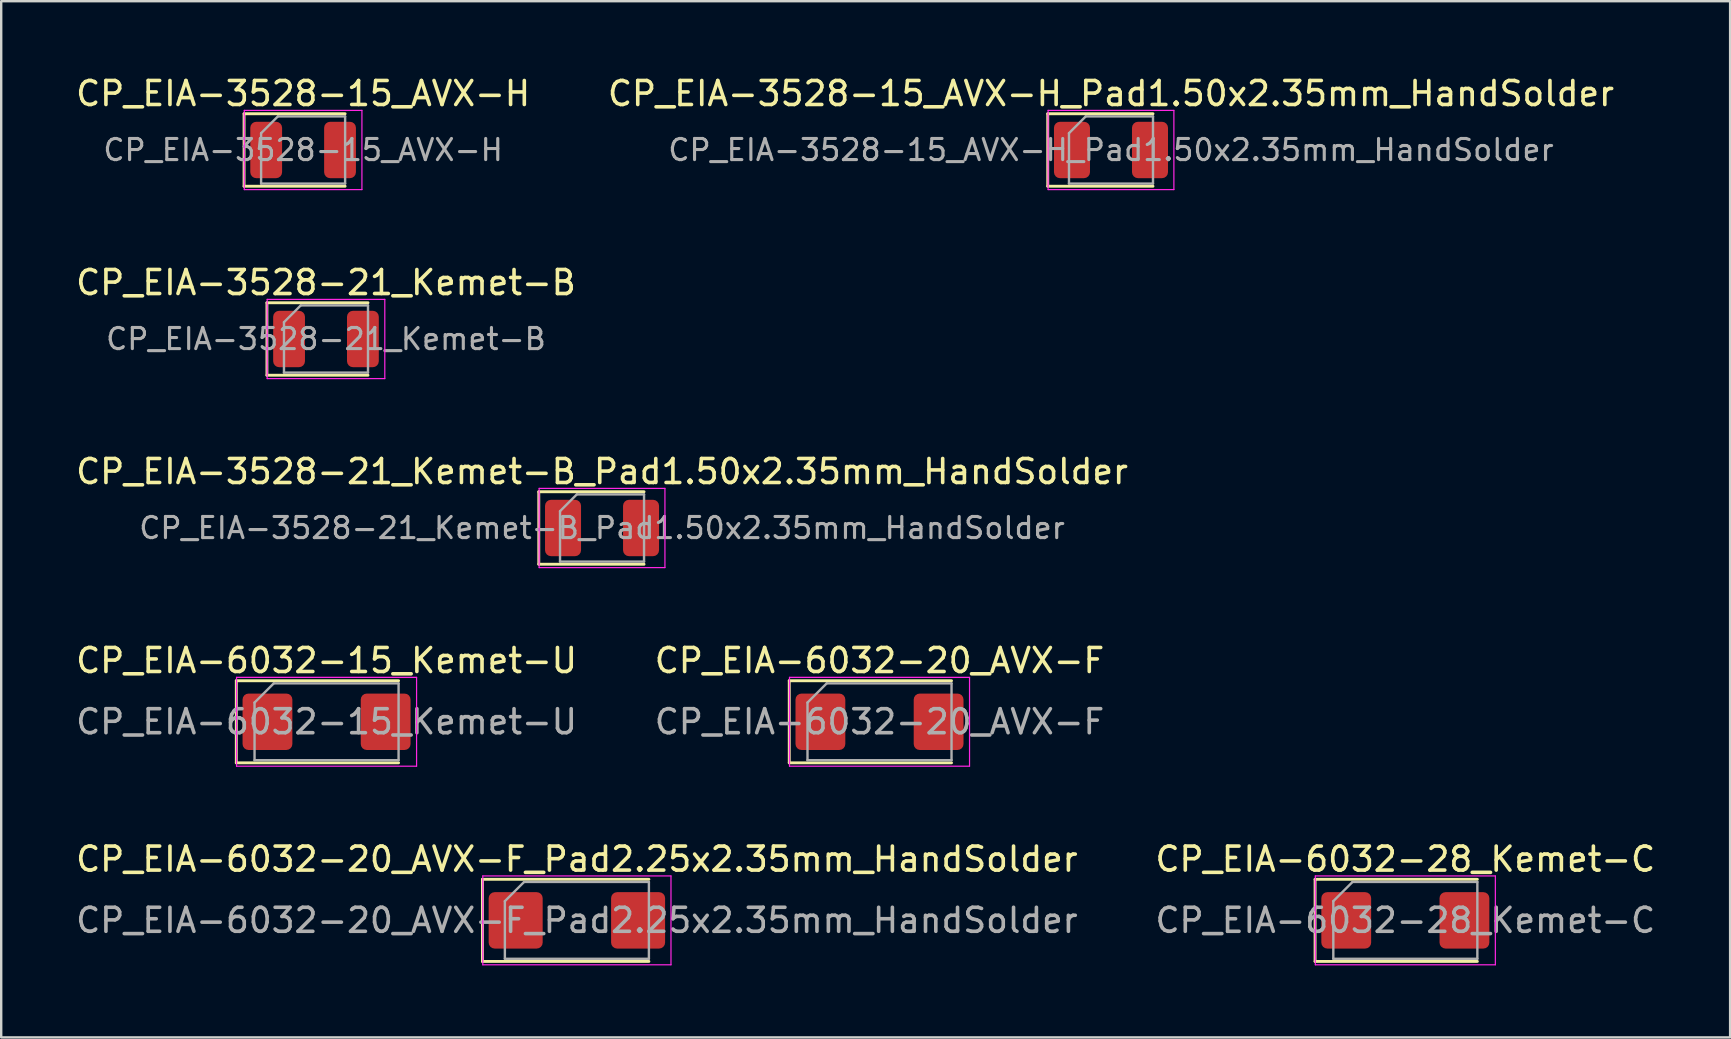
<source format=kicad_pcb>
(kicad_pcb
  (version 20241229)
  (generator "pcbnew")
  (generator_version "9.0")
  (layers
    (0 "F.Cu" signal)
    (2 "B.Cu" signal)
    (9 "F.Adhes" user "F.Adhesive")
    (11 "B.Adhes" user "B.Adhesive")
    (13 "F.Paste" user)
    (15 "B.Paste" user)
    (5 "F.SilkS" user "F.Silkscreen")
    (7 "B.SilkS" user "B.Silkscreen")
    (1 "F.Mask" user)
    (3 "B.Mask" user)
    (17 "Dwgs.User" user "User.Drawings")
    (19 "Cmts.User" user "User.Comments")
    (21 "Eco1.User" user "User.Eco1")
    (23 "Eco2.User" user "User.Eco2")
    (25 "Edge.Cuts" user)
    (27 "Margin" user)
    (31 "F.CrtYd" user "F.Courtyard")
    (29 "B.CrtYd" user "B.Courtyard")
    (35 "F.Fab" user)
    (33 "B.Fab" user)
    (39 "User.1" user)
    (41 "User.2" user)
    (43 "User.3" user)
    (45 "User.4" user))
  (footprint "CP_EIA-3528-15_AVX-H_Pad1.50x2.35mm_HandSolder"
    (layer "F.Cu")
    (at 43.232 3.198)
    (property "Reference" "CP_EIA-3528-15_AVX-H_Pad1.50x2.35mm_HandSolder" (at 0 -2.35 0) (layer "F.SilkS") (effects (font (size 1 1) (thickness 0.15))))
    (attr smd)
    (fp_line (start -2.635 -1.51) (end -2.635 1.51) (stroke (width 0.12) (type solid)) (layer "F.SilkS"))
    (fp_line (start -2.635 1.51) (end 1.75 1.51) (stroke (width 0.12) (type solid)) (layer "F.SilkS"))
    (fp_line (start 1.75 -1.51) (end -2.635 -1.51) (stroke (width 0.12) (type solid)) (layer "F.SilkS"))
    (fp_line (start -2.62 -1.65) (end 2.62 -1.65) (stroke (width 0.05) (type solid)) (layer "F.CrtYd"))
    (fp_line (start -2.62 1.65) (end -2.62 -1.65) (stroke (width 0.05) (type solid)) (layer "F.CrtYd"))
    (fp_line (start 2.62 -1.65) (end 2.62 1.65) (stroke (width 0.05) (type solid)) (layer "F.CrtYd"))
    (fp_line (start 2.62 1.65) (end -2.62 1.65) (stroke (width 0.05) (type solid)) (layer "F.CrtYd"))
    (fp_line (start -1.75 -0.7) (end -1.75 1.4) (stroke (width 0.1) (type solid)) (layer "F.Fab"))
    (fp_line (start -1.75 1.4) (end 1.75 1.4) (stroke (width 0.1) (type solid)) (layer "F.Fab"))
    (fp_line (start -1.05 -1.4) (end -1.75 -0.7) (stroke (width 0.1) (type solid)) (layer "F.Fab"))
    (fp_line (start 1.75 -1.4) (end -1.05 -1.4) (stroke (width 0.1) (type solid)) (layer "F.Fab"))
    (fp_line (start 1.75 1.4) (end 1.75 -1.4) (stroke (width 0.1) (type solid)) (layer "F.Fab"))
    (fp_text user "${REFERENCE}" (at 0 0 0) (layer "F.Fab") (effects (font (size 0.88 0.88) (thickness 0.13))))
    (pad "1" smd roundrect (at -1.625 0) (size 1.5 2.35) (layers "F.Cu" "F.Mask" "F.Paste") (roundrect_rratio 0.167))
    (pad "2" smd roundrect (at 1.625 0) (size 1.5 2.35) (layers "F.Cu" "F.Mask" "F.Paste") (roundrect_rratio 0.167)))
  (footprint "CP_EIA-6032-20_AVX-F_Pad2.25x2.35mm_HandSolder"
    (layer "F.Cu")
    (at 20.982 35.291)
    (property "Reference" "CP_EIA-6032-20_AVX-F_Pad2.25x2.35mm_HandSolder" (at 0 -2.55 0) (layer "F.SilkS") (effects (font (size 1 1) (thickness 0.15))))
    (attr smd)
    (fp_line (start -3.935 -1.71) (end -3.935 1.71) (stroke (width 0.12) (type solid)) (layer "F.SilkS"))
    (fp_line (start -3.935 1.71) (end 3 1.71) (stroke (width 0.12) (type solid)) (layer "F.SilkS"))
    (fp_line (start 3 -1.71) (end -3.935 -1.71) (stroke (width 0.12) (type solid)) (layer "F.SilkS"))
    (fp_line (start -3.92 -1.85) (end 3.92 -1.85) (stroke (width 0.05) (type solid)) (layer "F.CrtYd"))
    (fp_line (start -3.92 1.85) (end -3.92 -1.85) (stroke (width 0.05) (type solid)) (layer "F.CrtYd"))
    (fp_line (start 3.92 -1.85) (end 3.92 1.85) (stroke (width 0.05) (type solid)) (layer "F.CrtYd"))
    (fp_line (start 3.92 1.85) (end -3.92 1.85) (stroke (width 0.05) (type solid)) (layer "F.CrtYd"))
    (fp_line (start -3 -0.8) (end -3 1.6) (stroke (width 0.1) (type solid)) (layer "F.Fab"))
    (fp_line (start -3 1.6) (end 3 1.6) (stroke (width 0.1) (type solid)) (layer "F.Fab"))
    (fp_line (start -2.2 -1.6) (end -3 -0.8) (stroke (width 0.1) (type solid)) (layer "F.Fab"))
    (fp_line (start 3 -1.6) (end -2.2 -1.6) (stroke (width 0.1) (type solid)) (layer "F.Fab"))
    (fp_line (start 3 1.6) (end 3 -1.6) (stroke (width 0.1) (type solid)) (layer "F.Fab"))
    (fp_text user "${REFERENCE}" (at 0 0 0) (layer "F.Fab") (effects (font (size 1 1) (thickness 0.15))))
    (pad "1" smd roundrect (at -2.55 0) (size 2.25 2.35) (layers "F.Cu" "F.Mask" "F.Paste") (roundrect_rratio 0.111))
    (pad "2" smd roundrect (at 2.55 0) (size 2.25 2.35) (layers "F.Cu" "F.Mask" "F.Paste") (roundrect_rratio 0.111)))
  (footprint "CP_EIA-3528-21_Kemet-B_Pad1.50x2.35mm_HandSolder"
    (layer "F.Cu")
    (at 22.03 18.945)
    (property "Reference" "CP_EIA-3528-21_Kemet-B_Pad1.50x2.35mm_HandSolder" (at 0 -2.35 0) (layer "F.SilkS") (effects (font (size 1 1) (thickness 0.15))))
    (attr smd)
    (fp_line (start -2.635 -1.51) (end -2.635 1.51) (stroke (width 0.12) (type solid)) (layer "F.SilkS"))
    (fp_line (start -2.635 1.51) (end 1.75 1.51) (stroke (width 0.12) (type solid)) (layer "F.SilkS"))
    (fp_line (start 1.75 -1.51) (end -2.635 -1.51) (stroke (width 0.12) (type solid)) (layer "F.SilkS"))
    (fp_line (start -2.62 -1.65) (end 2.62 -1.65) (stroke (width 0.05) (type solid)) (layer "F.CrtYd"))
    (fp_line (start -2.62 1.65) (end -2.62 -1.65) (stroke (width 0.05) (type solid)) (layer "F.CrtYd"))
    (fp_line (start 2.62 -1.65) (end 2.62 1.65) (stroke (width 0.05) (type solid)) (layer "F.CrtYd"))
    (fp_line (start 2.62 1.65) (end -2.62 1.65) (stroke (width 0.05) (type solid)) (layer "F.CrtYd"))
    (fp_line (start -1.75 -0.7) (end -1.75 1.4) (stroke (width 0.1) (type solid)) (layer "F.Fab"))
    (fp_line (start -1.75 1.4) (end 1.75 1.4) (stroke (width 0.1) (type solid)) (layer "F.Fab"))
    (fp_line (start -1.05 -1.4) (end -1.75 -0.7) (stroke (width 0.1) (type solid)) (layer "F.Fab"))
    (fp_line (start 1.75 -1.4) (end -1.05 -1.4) (stroke (width 0.1) (type solid)) (layer "F.Fab"))
    (fp_line (start 1.75 1.4) (end 1.75 -1.4) (stroke (width 0.1) (type solid)) (layer "F.Fab"))
    (fp_text user "${REFERENCE}" (at 0 0 0) (layer "F.Fab") (effects (font (size 0.88 0.88) (thickness 0.13))))
    (pad "1" smd roundrect (at -1.625 0) (size 1.5 2.35) (layers "F.Cu" "F.Mask" "F.Paste") (roundrect_rratio 0.167))
    (pad "2" smd roundrect (at 1.625 0) (size 1.5 2.35) (layers "F.Cu" "F.Mask" "F.Paste") (roundrect_rratio 0.167)))
  (footprint "CP_EIA-6032-15_Kemet-U"
    (layer "F.Cu")
    (at 10.554 27.018)
    (property "Reference" "CP_EIA-6032-15_Kemet-U" (at 0 -2.55 0) (layer "F.SilkS") (effects (font (size 1 1) (thickness 0.15))))
    (attr smd)
    (fp_line (start -3.76 -1.71) (end -3.76 1.71) (stroke (width 0.12) (type solid)) (layer "F.SilkS"))
    (fp_line (start -3.76 1.71) (end 3 1.71) (stroke (width 0.12) (type solid)) (layer "F.SilkS"))
    (fp_line (start 3 -1.71) (end -3.76 -1.71) (stroke (width 0.12) (type solid)) (layer "F.SilkS"))
    (fp_line (start -3.75 -1.85) (end 3.75 -1.85) (stroke (width 0.05) (type solid)) (layer "F.CrtYd"))
    (fp_line (start -3.75 1.85) (end -3.75 -1.85) (stroke (width 0.05) (type solid)) (layer "F.CrtYd"))
    (fp_line (start 3.75 -1.85) (end 3.75 1.85) (stroke (width 0.05) (type solid)) (layer "F.CrtYd"))
    (fp_line (start 3.75 1.85) (end -3.75 1.85) (stroke (width 0.05) (type solid)) (layer "F.CrtYd"))
    (fp_line (start -3 -0.8) (end -3 1.6) (stroke (width 0.1) (type solid)) (layer "F.Fab"))
    (fp_line (start -3 1.6) (end 3 1.6) (stroke (width 0.1) (type solid)) (layer "F.Fab"))
    (fp_line (start -2.2 -1.6) (end -3 -0.8) (stroke (width 0.1) (type solid)) (layer "F.Fab"))
    (fp_line (start 3 -1.6) (end -2.2 -1.6) (stroke (width 0.1) (type solid)) (layer "F.Fab"))
    (fp_line (start 3 1.6) (end 3 -1.6) (stroke (width 0.1) (type solid)) (layer "F.Fab"))
    (fp_text user "${REFERENCE}" (at 0 0 0) (layer "F.Fab") (effects (font (size 1 1) (thickness 0.15))))
    (pad "1" smd roundrect (at -2.462 0) (size 2.075 2.35) (layers "F.Cu" "F.Mask" "F.Paste") (roundrect_rratio 0.12))
    (pad "2" smd roundrect (at 2.462 0) (size 2.075 2.35) (layers "F.Cu" "F.Mask" "F.Paste") (roundrect_rratio 0.12)))
  (footprint "CP_EIA-3528-21_Kemet-B"
    (layer "F.Cu")
    (at 10.53 11.072)
    (property "Reference" "CP_EIA-3528-21_Kemet-B" (at 0 -2.35 0) (layer "F.SilkS") (effects (font (size 1 1) (thickness 0.15))))
    (attr smd)
    (fp_line (start -2.46 -1.51) (end -2.46 1.51) (stroke (width 0.12) (type solid)) (layer "F.SilkS"))
    (fp_line (start -2.46 1.51) (end 1.75 1.51) (stroke (width 0.12) (type solid)) (layer "F.SilkS"))
    (fp_line (start 1.75 -1.51) (end -2.46 -1.51) (stroke (width 0.12) (type solid)) (layer "F.SilkS"))
    (fp_line (start -2.45 -1.65) (end 2.45 -1.65) (stroke (width 0.05) (type solid)) (layer "F.CrtYd"))
    (fp_line (start -2.45 1.65) (end -2.45 -1.65) (stroke (width 0.05) (type solid)) (layer "F.CrtYd"))
    (fp_line (start 2.45 -1.65) (end 2.45 1.65) (stroke (width 0.05) (type solid)) (layer "F.CrtYd"))
    (fp_line (start 2.45 1.65) (end -2.45 1.65) (stroke (width 0.05) (type solid)) (layer "F.CrtYd"))
    (fp_line (start -1.75 -0.7) (end -1.75 1.4) (stroke (width 0.1) (type solid)) (layer "F.Fab"))
    (fp_line (start -1.75 1.4) (end 1.75 1.4) (stroke (width 0.1) (type solid)) (layer "F.Fab"))
    (fp_line (start -1.05 -1.4) (end -1.75 -0.7) (stroke (width 0.1) (type solid)) (layer "F.Fab"))
    (fp_line (start 1.75 -1.4) (end -1.05 -1.4) (stroke (width 0.1) (type solid)) (layer "F.Fab"))
    (fp_line (start 1.75 1.4) (end 1.75 -1.4) (stroke (width 0.1) (type solid)) (layer "F.Fab"))
    (fp_text user "${REFERENCE}" (at 0 0 0) (layer "F.Fab") (effects (font (size 0.88 0.88) (thickness 0.13))))
    (pad "1" smd roundrect (at -1.538 0) (size 1.325 2.35) (layers "F.Cu" "F.Mask" "F.Paste") (roundrect_rratio 0.189))
    (pad "2" smd roundrect (at 1.538 0) (size 1.325 2.35) (layers "F.Cu" "F.Mask" "F.Paste") (roundrect_rratio 0.189)))
  (footprint "CP_EIA-3528-15_AVX-H"
    (layer "F.Cu")
    (at 9.577 3.198)
    (property "Reference" "CP_EIA-3528-15_AVX-H" (at 0 -2.35 0) (layer "F.SilkS") (effects (font (size 1 1) (thickness 0.15))))
    (attr smd)
    (fp_line (start -2.46 -1.51) (end -2.46 1.51) (stroke (width 0.12) (type solid)) (layer "F.SilkS"))
    (fp_line (start -2.46 1.51) (end 1.75 1.51) (stroke (width 0.12) (type solid)) (layer "F.SilkS"))
    (fp_line (start 1.75 -1.51) (end -2.46 -1.51) (stroke (width 0.12) (type solid)) (layer "F.SilkS"))
    (fp_line (start -2.45 -1.65) (end 2.45 -1.65) (stroke (width 0.05) (type solid)) (layer "F.CrtYd"))
    (fp_line (start -2.45 1.65) (end -2.45 -1.65) (stroke (width 0.05) (type solid)) (layer "F.CrtYd"))
    (fp_line (start 2.45 -1.65) (end 2.45 1.65) (stroke (width 0.05) (type solid)) (layer "F.CrtYd"))
    (fp_line (start 2.45 1.65) (end -2.45 1.65) (stroke (width 0.05) (type solid)) (layer "F.CrtYd"))
    (fp_line (start -1.75 -0.7) (end -1.75 1.4) (stroke (width 0.1) (type solid)) (layer "F.Fab"))
    (fp_line (start -1.75 1.4) (end 1.75 1.4) (stroke (width 0.1) (type solid)) (layer "F.Fab"))
    (fp_line (start -1.05 -1.4) (end -1.75 -0.7) (stroke (width 0.1) (type solid)) (layer "F.Fab"))
    (fp_line (start 1.75 -1.4) (end -1.05 -1.4) (stroke (width 0.1) (type solid)) (layer "F.Fab"))
    (fp_line (start 1.75 1.4) (end 1.75 -1.4) (stroke (width 0.1) (type solid)) (layer "F.Fab"))
    (fp_text user "${REFERENCE}" (at 0 0 0) (layer "F.Fab") (effects (font (size 0.88 0.88) (thickness 0.13))))
    (pad "1" smd roundrect (at -1.538 0) (size 1.325 2.35) (layers "F.Cu" "F.Mask" "F.Paste") (roundrect_rratio 0.189))
    (pad "2" smd roundrect (at 1.538 0) (size 1.325 2.35) (layers "F.Cu" "F.Mask" "F.Paste") (roundrect_rratio 0.189)))
  (footprint "CP_EIA-6032-28_Kemet-C"
    (layer "F.Cu")
    (at 55.494 35.291)
    (property "Reference" "CP_EIA-6032-28_Kemet-C" (at 0 -2.55 0) (layer "F.SilkS") (effects (font (size 1 1) (thickness 0.15))))
    (attr smd)
    (fp_line (start -3.76 -1.71) (end -3.76 1.71) (stroke (width 0.12) (type solid)) (layer "F.SilkS"))
    (fp_line (start -3.76 1.71) (end 3 1.71) (stroke (width 0.12) (type solid)) (layer "F.SilkS"))
    (fp_line (start 3 -1.71) (end -3.76 -1.71) (stroke (width 0.12) (type solid)) (layer "F.SilkS"))
    (fp_line (start -3.75 -1.85) (end 3.75 -1.85) (stroke (width 0.05) (type solid)) (layer "F.CrtYd"))
    (fp_line (start -3.75 1.85) (end -3.75 -1.85) (stroke (width 0.05) (type solid)) (layer "F.CrtYd"))
    (fp_line (start 3.75 -1.85) (end 3.75 1.85) (stroke (width 0.05) (type solid)) (layer "F.CrtYd"))
    (fp_line (start 3.75 1.85) (end -3.75 1.85) (stroke (width 0.05) (type solid)) (layer "F.CrtYd"))
    (fp_line (start -3 -0.8) (end -3 1.6) (stroke (width 0.1) (type solid)) (layer "F.Fab"))
    (fp_line (start -3 1.6) (end 3 1.6) (stroke (width 0.1) (type solid)) (layer "F.Fab"))
    (fp_line (start -2.2 -1.6) (end -3 -0.8) (stroke (width 0.1) (type solid)) (layer "F.Fab"))
    (fp_line (start 3 -1.6) (end -2.2 -1.6) (stroke (width 0.1) (type solid)) (layer "F.Fab"))
    (fp_line (start 3 1.6) (end 3 -1.6) (stroke (width 0.1) (type solid)) (layer "F.Fab"))
    (fp_text user "${REFERENCE}" (at 0 0 0) (layer "F.Fab") (effects (font (size 1 1) (thickness 0.15))))
    (pad "1" smd roundrect (at -2.462 0) (size 2.075 2.35) (layers "F.Cu" "F.Mask" "F.Paste") (roundrect_rratio 0.12))
    (pad "2" smd roundrect (at 2.462 0) (size 2.075 2.35) (layers "F.Cu" "F.Mask" "F.Paste") (roundrect_rratio 0.12)))
  (footprint "CP_EIA-6032-20_AVX-F"
    (layer "F.Cu")
    (at 33.589 27.018)
    (property "Reference" "CP_EIA-6032-20_AVX-F" (at 0 -2.55 0) (layer "F.SilkS") (effects (font (size 1 1) (thickness 0.15))))
    (attr smd)
    (fp_line (start -3.76 -1.71) (end -3.76 1.71) (stroke (width 0.12) (type solid)) (layer "F.SilkS"))
    (fp_line (start -3.76 1.71) (end 3 1.71) (stroke (width 0.12) (type solid)) (layer "F.SilkS"))
    (fp_line (start 3 -1.71) (end -3.76 -1.71) (stroke (width 0.12) (type solid)) (layer "F.SilkS"))
    (fp_line (start -3.75 -1.85) (end 3.75 -1.85) (stroke (width 0.05) (type solid)) (layer "F.CrtYd"))
    (fp_line (start -3.75 1.85) (end -3.75 -1.85) (stroke (width 0.05) (type solid)) (layer "F.CrtYd"))
    (fp_line (start 3.75 -1.85) (end 3.75 1.85) (stroke (width 0.05) (type solid)) (layer "F.CrtYd"))
    (fp_line (start 3.75 1.85) (end -3.75 1.85) (stroke (width 0.05) (type solid)) (layer "F.CrtYd"))
    (fp_line (start -3 -0.8) (end -3 1.6) (stroke (width 0.1) (type solid)) (layer "F.Fab"))
    (fp_line (start -3 1.6) (end 3 1.6) (stroke (width 0.1) (type solid)) (layer "F.Fab"))
    (fp_line (start -2.2 -1.6) (end -3 -0.8) (stroke (width 0.1) (type solid)) (layer "F.Fab"))
    (fp_line (start 3 -1.6) (end -2.2 -1.6) (stroke (width 0.1) (type solid)) (layer "F.Fab"))
    (fp_line (start 3 1.6) (end 3 -1.6) (stroke (width 0.1) (type solid)) (layer "F.Fab"))
    (fp_text user "${REFERENCE}" (at 0 0 0) (layer "F.Fab") (effects (font (size 1 1) (thickness 0.15))))
    (pad "1" smd roundrect (at -2.462 0) (size 2.075 2.35) (layers "F.Cu" "F.Mask" "F.Paste") (roundrect_rratio 0.12))
    (pad "2" smd roundrect (at 2.462 0) (size 2.075 2.35) (layers "F.Cu" "F.Mask" "F.Paste") (roundrect_rratio 0.12)))
  (gr_rect
    (start -3 -3)
    (end 69.024 40.166)
    (stroke (width 0.1) (type default))
    (fill no)
    (layer "Edge.Cuts")))
</source>
